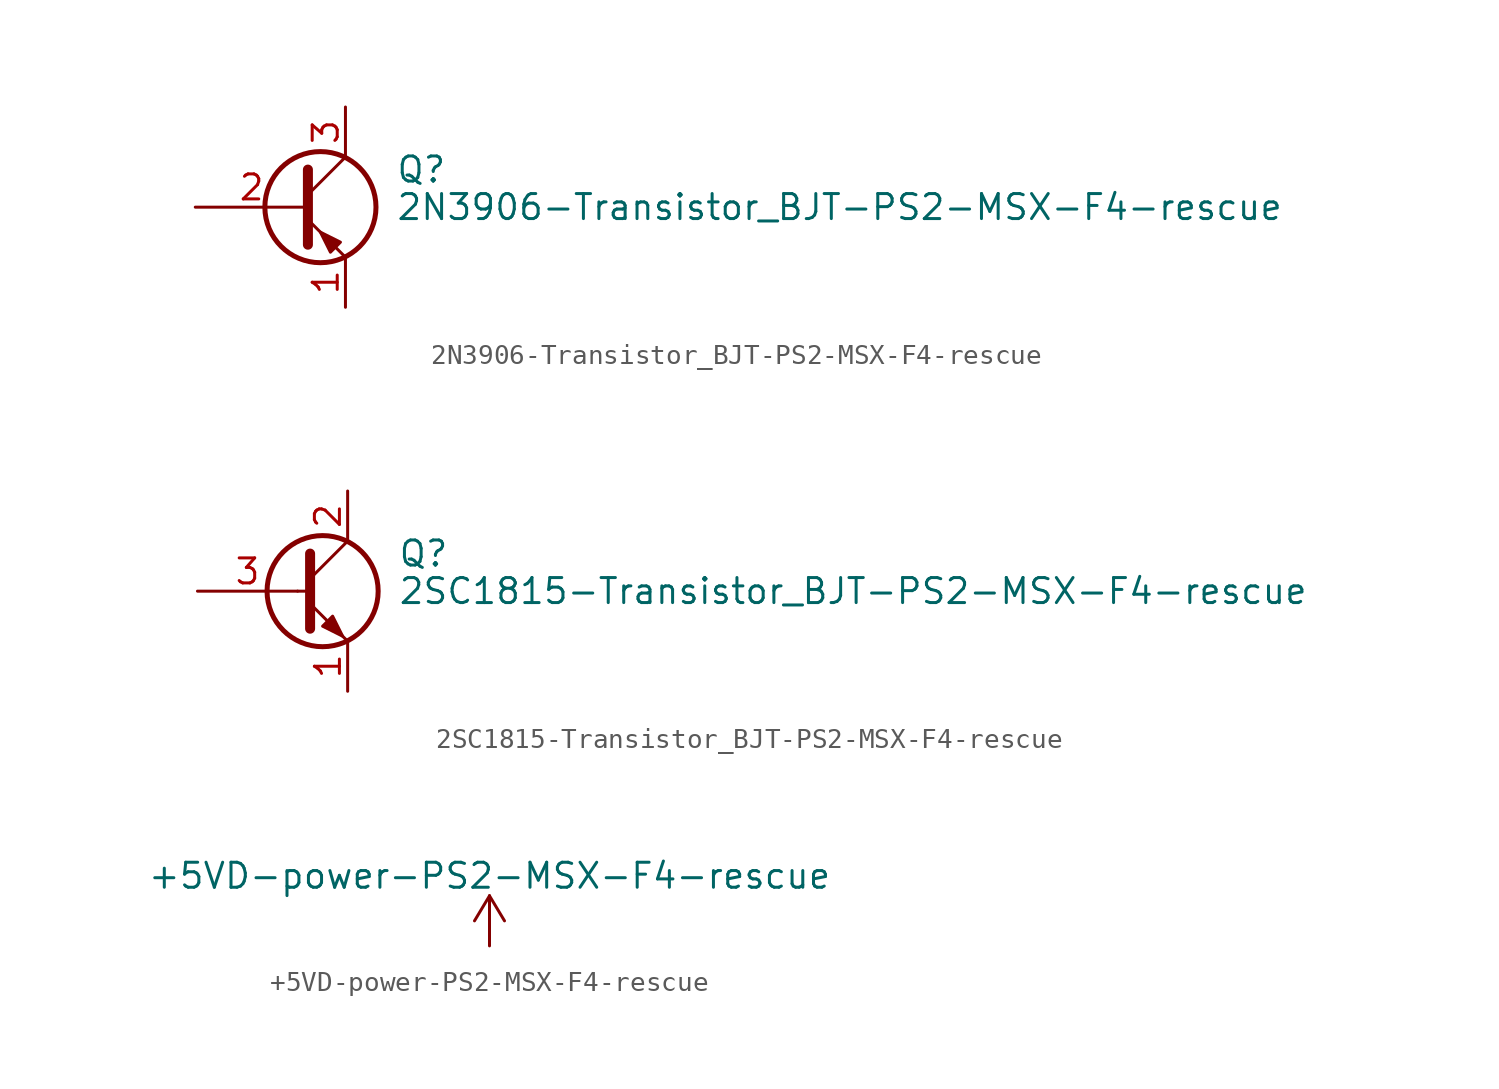
<source format=kicad_sym>
(kicad_symbol_lib
  (version 20211014)
  (generator kicad_symbol_editor)
  (symbol "2N3906-Transistor_BJT-PS2-MSX-F4-rescue"
    (pin_names
      (offset 0) hide)
    (property "Reference" "Q"
      (at 5.08 1.905 0)
      (effects (font (size 1.27 1.27)) (justify left)))
    (property "Value" "2N3906-Transistor_BJT-PS2-MSX-F4-rescue"
      (at 5.08 0 0)
      (effects (font (size 1.27 1.27)) (justify left)))
    (symbol "2N3906-Transistor_BJT-PS2-MSX-F4-rescue_0_1"
      (polyline (pts (xy 0.635 0.635) (xy 2.54 2.54)) (stroke (width 0) (type default) (color 0 0 0 0)) (fill (type none)))
      (polyline (pts (xy 0.635 -0.635) (xy 2.54 -2.54) (xy 2.54 -2.54)) (stroke (width 0) (type default) (color 0 0 0 0)) (fill (type none)))
      (polyline (pts (xy 0.635 1.905) (xy 0.635 -1.905) (xy 0.635 -1.905)) (stroke (width 0.508) (type default) (color 0 0 0 0)) (fill (type none)))
      (polyline (pts (xy 2.286 -1.778) (xy 1.778 -2.286) (xy 1.27 -1.27) (xy 2.286 -1.778) (xy 2.286 -1.778)) (stroke (width 0) (type default) (color 0 0 0 0)) (fill (type outline)))
      (circle (center 1.27 0) (radius 2.819) (stroke (width 0.254) (type default) (color 0 0 0 0)) (fill (type none))))
    (symbol "2N3906-Transistor_BJT-PS2-MSX-F4-rescue_1_1"
      (pin passive line (at 2.54 -5.08 90) (length 2.54) (name "E" (effects (font (size 1.27 1.27)))) (number "1" (effects (font (size 1.27 1.27)))))
      (pin input line (at -5.08 0 0) (length 5.715) (name "B" (effects (font (size 1.27 1.27)))) (number "2" (effects (font (size 1.27 1.27)))))
      (pin passive line (at 2.54 5.08 270) (length 2.54) (name "C" (effects (font (size 1.27 1.27)))) (number "3" (effects (font (size 1.27 1.27)))))))
  (symbol "2SC1815-Transistor_BJT-PS2-MSX-F4-rescue"
    (pin_names
      (offset 0) hide)
    (property "Reference" "Q"
      (at 5.08 1.905 0)
      (effects (font (size 1.27 1.27)) (justify left)))
    (property "Value" "2SC1815-Transistor_BJT-PS2-MSX-F4-rescue"
      (at 5.08 0 0)
      (effects (font (size 1.27 1.27)) (justify left)))
    (symbol "2SC1815-Transistor_BJT-PS2-MSX-F4-rescue_0_1"
      (polyline (pts (xy 0 0) (xy 0.508 0)) (stroke (width 0) (type default) (color 0 0 0 0)) (fill (type none)))
      (polyline (pts (xy 0.635 0.635) (xy 2.54 2.54)) (stroke (width 0) (type default) (color 0 0 0 0)) (fill (type none)))
      (polyline (pts (xy 0.635 -0.635) (xy 2.54 -2.54) (xy 2.54 -2.54)) (stroke (width 0) (type default) (color 0 0 0 0)) (fill (type none)))
      (polyline (pts (xy 0.635 1.905) (xy 0.635 -1.905) (xy 0.635 -1.905)) (stroke (width 0.508) (type default) (color 0 0 0 0)) (fill (type none)))
      (polyline (pts (xy 1.27 -1.778) (xy 1.778 -1.27) (xy 2.286 -2.286) (xy 1.27 -1.778) (xy 1.27 -1.778)) (stroke (width 0) (type default) (color 0 0 0 0)) (fill (type outline)))
      (circle (center 1.27 0) (radius 2.819) (stroke (width 0.254) (type default) (color 0 0 0 0)) (fill (type none))))
    (symbol "2SC1815-Transistor_BJT-PS2-MSX-F4-rescue_1_1"
      (pin passive line (at 2.54 -5.08 90) (length 2.54) (name "E" (effects (font (size 1.27 1.27)))) (number "1" (effects (font (size 1.27 1.27)))))
      (pin passive line (at 2.54 5.08 270) (length 2.54) (name "C" (effects (font (size 1.27 1.27)))) (number "2" (effects (font (size 1.27 1.27)))))
      (pin input line (at -5.08 0 0) (length 5.08) (name "B" (effects (font (size 1.27 1.27)))) (number "3" (effects (font (size 1.27 1.27)))))))
  (symbol "+5VD-power-PS2-MSX-F4-rescue"
    (power)
    (pin_names
      (offset 0))
    (property "Reference" "#PWR"
      (at 0 -3.81 0)
      (effects (font (size 1.27 1.27)) hide))
    (property "Value" "+5VD-power-PS2-MSX-F4-rescue"
      (at 0 3.556 0)
      (effects (font (size 1.27 1.27))))
    (symbol "+5VD-power-PS2-MSX-F4-rescue_0_1"
      (polyline (pts (xy -0.762 1.27) (xy 0 2.54)) (stroke (width 0) (type default) (color 0 0 0 0)) (fill (type none)))
      (polyline (pts (xy 0 0) (xy 0 2.54)) (stroke (width 0) (type default) (color 0 0 0 0)) (fill (type none)))
      (polyline (pts (xy 0 2.54) (xy 0.762 1.27)) (stroke (width 0) (type default) (color 0 0 0 0)) (fill (type none))))
    (symbol "+5VD-power-PS2-MSX-F4-rescue_1_1"
      (pin power_in line (at 0 0 90) (length 0) hide (name "+5VD" (effects (font (size 1.27 1.27)))) (number "1" (effects (font (size 1.27 1.27))))))))
</source>
